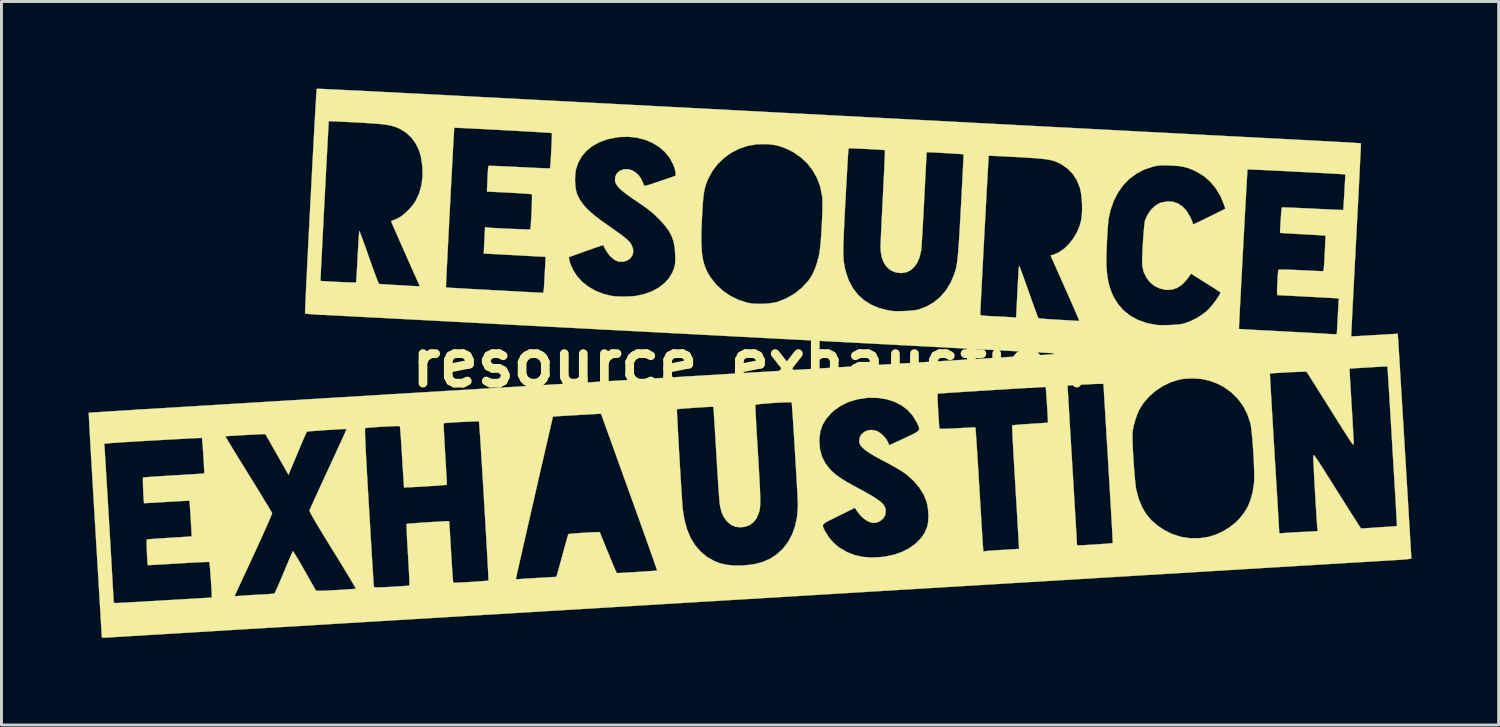
<source format=kicad_pcb>
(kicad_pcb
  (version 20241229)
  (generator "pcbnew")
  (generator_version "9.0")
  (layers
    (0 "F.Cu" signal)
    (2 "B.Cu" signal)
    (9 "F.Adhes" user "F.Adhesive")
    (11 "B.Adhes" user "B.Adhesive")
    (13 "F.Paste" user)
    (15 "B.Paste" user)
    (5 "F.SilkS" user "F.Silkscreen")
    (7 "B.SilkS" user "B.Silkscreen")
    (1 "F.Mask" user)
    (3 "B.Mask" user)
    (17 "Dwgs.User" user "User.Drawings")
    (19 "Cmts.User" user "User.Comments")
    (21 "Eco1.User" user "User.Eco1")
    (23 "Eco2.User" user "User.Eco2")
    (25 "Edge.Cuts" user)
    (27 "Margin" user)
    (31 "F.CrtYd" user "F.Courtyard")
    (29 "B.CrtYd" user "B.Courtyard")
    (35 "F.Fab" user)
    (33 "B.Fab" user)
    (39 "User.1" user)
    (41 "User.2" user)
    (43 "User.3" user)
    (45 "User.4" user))
  (footprint "resource_exhaustion"
    (layer "F.Cu")
    (at 22.753 9.444)
    (property "Reference" "resource_exhaustion" (at 0 0 0) (layer "F.SilkS") (effects (font (size 1.524 1.524) (thickness 0.3))))
    (attr through_hole)
    (fp_poly (pts (xy -14.85 -9.438) (xy -14.808 -9.437) (xy -14.75 -9.435) (xy -14.678 -9.432) (xy -14.59 -9.428) (xy -14.484 -9.423) (xy -14.36 -9.417) (xy -14.216 -9.41) (xy -14.052 -9.402) (xy -13.867 -9.393) (xy -13.66 -9.383) (xy -13.429 -9.372) (xy -13.174 -9.359) (xy -12.894 -9.344) (xy -12.587 -9.329) (xy -12.252 -9.312) (xy -11.89 -9.293) (xy -11.498 -9.273) (xy -11.075 -9.251) (xy -10.621 -9.228) (xy -10.134 -9.202) (xy -9.615 -9.175) (xy -9.06 -9.146) (xy -8.47 -9.116) (xy -7.844 -9.083) (xy -7.179 -9.048) (xy -6.477 -9.012) (xy -5.735 -8.973) (xy -4.952 -8.932) (xy -4.128 -8.889) (xy -3.261 -8.843) (xy -2.35 -8.796) (xy -1.395 -8.746) (xy -0.394 -8.693) (xy 0.654 -8.638) (xy 1.749 -8.581) (xy 2.893 -8.521) (xy 4.086 -8.458) (xy 4.102 -8.457) (xy 4.961 -8.412) (xy 5.771 -8.37) (xy 6.535 -8.33) (xy 7.255 -8.292) (xy 7.934 -8.256) (xy 8.575 -8.223) (xy 9.178 -8.191) (xy 9.748 -8.161) (xy 10.285 -8.133) (xy 10.793 -8.106) (xy 11.274 -8.081) (xy 11.73 -8.057) (xy 12.163 -8.035) (xy 12.577 -8.013) (xy 12.973 -7.992) (xy 13.353 -7.972) (xy 13.72 -7.953) (xy 14.077 -7.935) (xy 14.425 -7.916) (xy 14.767 -7.898) (xy 15.106 -7.881) (xy 15.444 -7.863) (xy 15.782 -7.845) (xy 16.124 -7.828) (xy 16.472 -7.809) (xy 16.828 -7.791) (xy 17.183 -7.772) (xy 17.705 -7.745) (xy 18.178 -7.72) (xy 18.605 -7.698) (xy 18.988 -7.678) (xy 19.329 -7.66) (xy 19.631 -7.644) (xy 19.896 -7.63) (xy 20.127 -7.617) (xy 20.325 -7.606) (xy 20.493 -7.597) (xy 20.633 -7.589) (xy 20.747 -7.582) (xy 20.838 -7.576) (xy 20.908 -7.571) (xy 20.959 -7.567) (xy 20.994 -7.564) (xy 21.015 -7.562) (xy 21.024 -7.559) (xy 21.024 -7.559) (xy 21.024 -7.533) (xy 21.021 -7.459) (xy 21.016 -7.341) (xy 21.009 -7.181) (xy 20.999 -6.982) (xy 20.987 -6.747) (xy 20.974 -6.479) (xy 20.959 -6.182) (xy 20.943 -5.857) (xy 20.925 -5.509) (xy 20.905 -5.14) (xy 20.885 -4.753) (xy 20.864 -4.351) (xy 20.858 -4.239) (xy 20.837 -3.833) (xy 20.816 -3.442) (xy 20.797 -3.067) (xy 20.778 -2.713) (xy 20.761 -2.382) (xy 20.746 -2.077) (xy 20.731 -1.801) (xy 20.719 -1.557) (xy 20.709 -1.348) (xy 20.7 -1.177) (xy 20.694 -1.047) (xy 20.69 -0.961) (xy 20.689 -0.922) (xy 20.689 -0.92) (xy 20.714 -0.92) (xy 20.785 -0.923) (xy 20.893 -0.928) (xy 21.034 -0.936) (xy 21.202 -0.945) (xy 21.389 -0.957) (xy 21.491 -0.963) (xy 21.686 -0.975) (xy 21.864 -0.986) (xy 22.02 -0.995) (xy 22.145 -1.002) (xy 22.236 -1.006) (xy 22.285 -1.008) (xy 22.292 -1.008) (xy 22.294 -0.983) (xy 22.298 -0.91) (xy 22.306 -0.794) (xy 22.316 -0.636) (xy 22.328 -0.442) (xy 22.342 -0.213) (xy 22.358 0.046) (xy 22.375 0.332) (xy 22.394 0.642) (xy 22.414 0.972) (xy 22.435 1.32) (xy 22.457 1.682) (xy 22.48 2.054) (xy 22.503 2.432) (xy 22.526 2.815) (xy 22.549 3.198) (xy 22.572 3.578) (xy 22.594 3.952) (xy 22.616 4.316) (xy 22.637 4.667) (xy 22.657 5.001) (xy 22.676 5.316) (xy 22.694 5.608) (xy 22.709 5.873) (xy 22.723 6.108) (xy 22.735 6.31) (xy 22.745 6.475) (xy 22.752 6.601) (xy 22.757 6.683) (xy 22.759 6.718) (xy 22.759 6.719) (xy 22.734 6.73) (xy 22.662 6.742) (xy 22.546 6.754) (xy 22.389 6.767) (xy 22.219 6.777) (xy 22.089 6.785) (xy 21.916 6.795) (xy 21.706 6.808) (xy 21.466 6.822) (xy 21.203 6.838) (xy 20.924 6.855) (xy 20.637 6.872) (xy 20.347 6.889) (xy 20.218 6.897) (xy 19.896 6.916) (xy 19.544 6.938) (xy 19.175 6.96) (xy 18.799 6.982) (xy 18.429 7.005) (xy 18.076 7.026) (xy 17.751 7.045) (xy 17.488 7.061) (xy 17.212 7.078) (xy 16.929 7.095) (xy 16.648 7.112) (xy 16.377 7.128) (xy 16.125 7.143) (xy 15.9 7.157) (xy 15.711 7.168) (xy 15.596 7.175) (xy 15.426 7.186) (xy 15.216 7.199) (xy 14.975 7.213) (xy 14.715 7.229) (xy 14.444 7.245) (xy 14.174 7.261) (xy 13.914 7.277) (xy 13.906 7.277) (xy 13.647 7.292) (xy 13.376 7.309) (xy 13.105 7.325) (xy 12.843 7.341) (xy 12.6 7.355) (xy 12.387 7.368) (xy 12.215 7.378) (xy 12.211 7.379) (xy 11.987 7.392) (xy 11.732 7.408) (xy 11.465 7.424) (xy 11.206 7.439) (xy 10.975 7.453) (xy 10.947 7.455) (xy 10.721 7.468) (xy 10.464 7.484) (xy 10.195 7.5) (xy 9.935 7.516) (xy 9.704 7.53) (xy 9.677 7.531) (xy 9.045 7.569) (xy 8.433 7.606) (xy 7.852 7.641) (xy 7.31 7.674) (xy 7.15 7.683) (xy 6.977 7.694) (xy 6.764 7.706) (xy 6.521 7.721) (xy 6.258 7.737) (xy 5.985 7.753) (xy 5.714 7.77) (xy 5.453 7.785) (xy 5.448 7.785) (xy 5.19 7.801) (xy 4.921 7.817) (xy 4.652 7.833) (xy 4.394 7.849) (xy 4.155 7.863) (xy 3.946 7.876) (xy 3.778 7.886) (xy 3.772 7.886) (xy 3.559 7.899) (xy 3.314 7.914) (xy 3.054 7.929) (xy 2.798 7.945) (xy 2.563 7.959) (xy 2.502 7.962) (xy 2.295 7.975) (xy 2.078 7.988) (xy 1.865 8.001) (xy 1.669 8.013) (xy 1.503 8.023) (xy 1.435 8.027) (xy 1.338 8.033) (xy 1.196 8.042) (xy 1.015 8.053) (xy 0.799 8.066) (xy 0.555 8.08) (xy 0.288 8.097) (xy 0.004 8.114) (xy -0.291 8.131) (xy -0.593 8.149) (xy -0.673 8.154) (xy -0.992 8.173) (xy -1.318 8.193) (xy -1.644 8.212) (xy -1.964 8.231) (xy -2.269 8.25) (xy -2.553 8.267) (xy -2.808 8.282) (xy -3.027 8.295) (xy -3.2 8.306) (xy -3.289 8.311) (xy -3.426 8.32) (xy -3.609 8.331) (xy -3.837 8.344) (xy -4.108 8.361) (xy -4.419 8.379) (xy -4.769 8.4) (xy -5.155 8.424) (xy -5.575 8.449) (xy -6.028 8.476) (xy -6.511 8.505) (xy -7.022 8.536) (xy -7.559 8.568) (xy -8.121 8.602) (xy -8.704 8.637) (xy -9.308 8.673) (xy -9.93 8.71) (xy -10.567 8.749) (xy -11.219 8.788) (xy -11.882 8.827) (xy -12.555 8.868) (xy -12.916 8.889) (xy -13.587 8.93) (xy -14.246 8.969) (xy -14.892 9.008) (xy -15.522 9.046) (xy -16.134 9.083) (xy -16.728 9.118) (xy -17.3 9.152) (xy -17.849 9.185) (xy -18.372 9.217) (xy -18.87 9.247) (xy -19.338 9.275) (xy -19.776 9.301) (xy -20.181 9.326) (xy -20.552 9.348) (xy -20.887 9.368) (xy -21.183 9.386) (xy -21.44 9.402) (xy -21.655 9.415) (xy -21.826 9.425) (xy -21.951 9.433) (xy -22.029 9.437) (xy -22.054 9.439) (xy -22.167 9.446) (xy -22.24 9.447) (xy -22.28 9.443) (xy -22.297 9.43) (xy -22.301 9.409) (xy -22.301 9.408) (xy -22.303 9.377) (xy -22.307 9.299) (xy -22.314 9.176) (xy -22.324 9.01) (xy -22.336 8.805) (xy -22.35 8.563) (xy -22.367 8.287) (xy -22.385 7.981) (xy -22.405 7.646) (xy -22.426 7.286) (xy -22.449 6.903) (xy -22.473 6.5) (xy -22.499 6.081) (xy -22.525 5.647) (xy -22.531 5.541) (xy -22.557 5.105) (xy -22.582 4.682) (xy -22.606 4.277) (xy -22.629 3.891) (xy -22.65 3.527) (xy -22.67 3.188) (xy -22.688 2.877) (xy -22.693 2.772) (xy -22.217 2.772) (xy -22.207 2.891) (xy -22.204 2.943) (xy -22.197 3.04) (xy -22.189 3.179) (xy -22.178 3.354) (xy -22.165 3.561) (xy -22.151 3.797) (xy -22.135 4.058) (xy -22.118 4.338) (xy -22.1 4.635) (xy -22.082 4.943) (xy -22.063 5.259) (xy -22.044 5.579) (xy -22.025 5.897) (xy -22.007 6.211) (xy -21.989 6.516) (xy -21.972 6.808) (xy -21.956 7.082) (xy -21.941 7.334) (xy -21.928 7.561) (xy -21.917 7.758) (xy -21.907 7.921) (xy -21.901 8.046) (xy -21.896 8.129) (xy -21.895 8.164) (xy -21.891 8.225) (xy -21.87 8.25) (xy -21.817 8.256) (xy -21.812 8.256) (xy -21.773 8.255) (xy -21.687 8.251) (xy -21.56 8.244) (xy -21.396 8.235) (xy -21.199 8.224) (xy -20.975 8.212) (xy -20.727 8.197) (xy -20.46 8.182) (xy -20.179 8.165) (xy -20.123 8.162) (xy -18.517 8.067) (xy -18.518 7.977) (xy -18.52 7.899) (xy -18.525 7.79) (xy -18.533 7.658) (xy -18.542 7.513) (xy -18.553 7.363) (xy -18.563 7.217) (xy -18.574 7.084) (xy -18.584 6.972) (xy -18.592 6.89) (xy -18.598 6.847) (xy -18.599 6.843) (xy -18.627 6.842) (xy -18.7 6.843) (xy -18.813 6.847) (xy -18.96 6.854) (xy -19.137 6.863) (xy -19.337 6.874) (xy -19.556 6.887) (xy -19.662 6.893) (xy -19.888 6.907) (xy -20.097 6.919) (xy -20.284 6.93) (xy -20.444 6.939) (xy -20.572 6.946) (xy -20.663 6.951) (xy -20.71 6.952) (xy -20.716 6.952) (xy -20.722 6.922) (xy -20.729 6.852) (xy -20.736 6.752) (xy -20.743 6.633) (xy -20.748 6.504) (xy -20.753 6.375) (xy -20.756 6.258) (xy -20.757 6.161) (xy -20.755 6.095) (xy -20.751 6.07) (xy -20.721 6.065) (xy -20.647 6.058) (xy -20.534 6.049) (xy -20.391 6.038) (xy -20.222 6.027) (xy -20.035 6.015) (xy -19.973 6.012) (xy -19.783 6) (xy -19.609 5.989) (xy -19.46 5.98) (xy -19.339 5.971) (xy -19.255 5.965) (xy -19.213 5.96) (xy -19.21 5.959) (xy -19.209 5.933) (xy -19.212 5.865) (xy -19.216 5.763) (xy -19.223 5.636) (xy -19.232 5.492) (xy -19.241 5.34) (xy -19.25 5.189) (xy -19.26 5.046) (xy -19.268 4.921) (xy -19.276 4.822) (xy -19.282 4.757) (xy -19.285 4.735) (xy -19.311 4.735) (xy -19.381 4.738) (xy -19.49 4.743) (xy -19.631 4.751) (xy -19.797 4.76) (xy -19.984 4.771) (xy -20.065 4.776) (xy -20.257 4.788) (xy -20.433 4.798) (xy -20.585 4.807) (xy -20.707 4.813) (xy -20.794 4.817) (xy -20.838 4.819) (xy -20.843 4.819) (xy -20.85 4.788) (xy -20.857 4.717) (xy -20.864 4.617) (xy -20.87 4.497) (xy -20.876 4.368) (xy -20.881 4.24) (xy -20.884 4.122) (xy -20.885 4.026) (xy -20.884 3.961) (xy -20.88 3.937) (xy -20.85 3.933) (xy -20.775 3.926) (xy -20.66 3.917) (xy -20.511 3.906) (xy -20.333 3.894) (xy -20.132 3.882) (xy -19.912 3.868) (xy -19.819 3.863) (xy -19.595 3.85) (xy -19.388 3.838) (xy -19.201 3.826) (xy -19.042 3.816) (xy -18.916 3.808) (xy -18.827 3.802) (xy -18.781 3.798) (xy -18.776 3.797) (xy -18.774 3.77) (xy -18.776 3.702) (xy -18.781 3.599) (xy -18.788 3.472) (xy -18.796 3.328) (xy -18.806 3.176) (xy -18.816 3.025) (xy -18.826 2.883) (xy -18.835 2.758) (xy -18.844 2.659) (xy -18.85 2.596) (xy -18.854 2.575) (xy -18.881 2.575) (xy -18.953 2.577) (xy -19.065 2.582) (xy -19.212 2.589) (xy -19.389 2.598) (xy -19.591 2.609) (xy -19.812 2.621) (xy -20.048 2.634) (xy -20.293 2.648) (xy -20.541 2.662) (xy -20.788 2.676) (xy -21.029 2.69) (xy -21.258 2.704) (xy -21.47 2.717) (xy -21.659 2.729) (xy -21.822 2.74) (xy -21.952 2.749) (xy -22.044 2.756) (xy -22.062 2.758) (xy -22.217 2.772) (xy -22.693 2.772) (xy -22.703 2.597) (xy -22.708 2.521) (xy -18.049 2.521) (xy -18.037 2.543) (xy -18.001 2.605) (xy -17.942 2.702) (xy -17.864 2.831) (xy -17.768 2.988) (xy -17.656 3.17) (xy -17.532 3.372) (xy -17.397 3.591) (xy -17.254 3.823) (xy -17.11 4.056) (xy -16.973 4.278) (xy -16.847 4.483) (xy -16.734 4.669) (xy -16.636 4.83) (xy -16.555 4.964) (xy -16.494 5.067) (xy -16.455 5.134) (xy -16.44 5.161) (xy -16.449 5.192) (xy -16.477 5.264) (xy -16.523 5.373) (xy -16.585 5.517) (xy -16.661 5.69) (xy -16.75 5.888) (xy -16.849 6.107) (xy -16.957 6.343) (xy -17.068 6.584) (xy -17.184 6.832) (xy -17.293 7.068) (xy -17.394 7.286) (xy -17.485 7.482) (xy -17.564 7.653) (xy -17.629 7.794) (xy -17.679 7.901) (xy -17.71 7.971) (xy -17.723 7.998) (xy -17.721 8.02) (xy -17.682 8.021) (xy -17.663 8.018) (xy -17.617 8.013) (xy -17.529 8.006) (xy -17.406 7.997) (xy -17.257 7.988) (xy -17.09 7.978) (xy -16.988 7.973) (xy -16.817 7.964) (xy -16.663 7.954) (xy -16.533 7.945) (xy -16.435 7.937) (xy -16.375 7.93) (xy -16.36 7.926) (xy -16.344 7.9) (xy -16.312 7.832) (xy -16.265 7.729) (xy -16.207 7.597) (xy -16.141 7.441) (xy -16.067 7.268) (xy -16.039 7.2) (xy -15.965 7.022) (xy -15.896 6.859) (xy -15.836 6.717) (xy -15.786 6.602) (xy -15.75 6.52) (xy -15.73 6.477) (xy -15.727 6.472) (xy -15.71 6.488) (xy -15.673 6.544) (xy -15.617 6.634) (xy -15.545 6.753) (xy -15.462 6.895) (xy -15.369 7.056) (xy -15.329 7.128) (xy -15.233 7.297) (xy -15.145 7.452) (xy -15.069 7.587) (xy -15.006 7.698) (xy -14.961 7.778) (xy -14.936 7.821) (xy -14.933 7.827) (xy -14.902 7.833) (xy -14.823 7.836) (xy -14.696 7.833) (xy -14.523 7.826) (xy -14.306 7.814) (xy -14.247 7.811) (xy -14.067 7.8) (xy -13.904 7.789) (xy -13.765 7.78) (xy -13.656 7.773) (xy -13.584 7.767) (xy -13.557 7.765) (xy -13.567 7.743) (xy -13.601 7.681) (xy -13.657 7.584) (xy -13.734 7.455) (xy -13.828 7.298) (xy -13.938 7.116) (xy -14.062 6.913) (xy -14.197 6.693) (xy -14.341 6.46) (xy -14.352 6.441) (xy -14.535 6.145) (xy -14.691 5.89) (xy -14.822 5.673) (xy -14.93 5.493) (xy -15.015 5.348) (xy -15.079 5.235) (xy -15.122 5.153) (xy -15.147 5.099) (xy -15.154 5.071) (xy -15.154 5.069) (xy -15.141 5.037) (xy -15.108 4.963) (xy -15.058 4.852) (xy -14.993 4.707) (xy -14.913 4.532) (xy -14.822 4.333) (xy -14.721 4.113) (xy -14.612 3.876) (xy -14.505 3.646) (xy -14.391 3.399) (xy -14.284 3.166) (xy -14.185 2.952) (xy -14.097 2.759) (xy -14.021 2.593) (xy -13.959 2.457) (xy -13.918 2.364) (xy -13.244 2.364) (xy -13.242 2.463) (xy -13.237 2.594) (xy -13.23 2.759) (xy -13.221 2.961) (xy -13.208 3.201) (xy -13.193 3.481) (xy -13.175 3.805) (xy -13.154 4.173) (xy -13.13 4.588) (xy -13.108 4.957) (xy -13.086 5.323) (xy -13.065 5.676) (xy -13.045 6.01) (xy -13.026 6.324) (xy -13.009 6.614) (xy -12.993 6.877) (xy -12.978 7.109) (xy -12.966 7.307) (xy -12.955 7.467) (xy -12.947 7.587) (xy -12.942 7.662) (xy -12.939 7.69) (xy -12.929 7.703) (xy -12.903 7.712) (xy -12.857 7.717) (xy -12.785 7.718) (xy -12.681 7.715) (xy -12.542 7.709) (xy -12.361 7.699) (xy -12.179 7.687) (xy -11.722 7.658) (xy -11.716 7.569) (xy -11.716 7.524) (xy -11.719 7.435) (xy -11.725 7.307) (xy -11.733 7.147) (xy -11.743 6.961) (xy -11.755 6.756) (xy -11.768 6.537) (xy -11.769 6.515) (xy -11.782 6.299) (xy -11.794 6.099) (xy -11.803 5.92) (xy -11.81 5.769) (xy -11.814 5.651) (xy -11.816 5.571) (xy -11.815 5.536) (xy -11.814 5.534) (xy -11.786 5.53) (xy -11.716 5.522) (xy -11.611 5.514) (xy -11.478 5.504) (xy -11.327 5.493) (xy -11.163 5.482) (xy -10.996 5.471) (xy -10.833 5.462) (xy -10.682 5.453) (xy -10.55 5.446) (xy -10.446 5.441) (xy -10.377 5.44) (xy -10.35 5.441) (xy -10.348 5.467) (xy -10.342 5.539) (xy -10.335 5.65) (xy -10.325 5.796) (xy -10.314 5.972) (xy -10.302 6.172) (xy -10.289 6.39) (xy -10.283 6.495) (xy -10.269 6.721) (xy -10.256 6.93) (xy -10.244 7.118) (xy -10.232 7.279) (xy -10.223 7.408) (xy -10.215 7.5) (xy -10.21 7.549) (xy -10.208 7.555) (xy -10.18 7.557) (xy -10.11 7.556) (xy -10.007 7.552) (xy -9.879 7.546) (xy -9.735 7.538) (xy -9.583 7.529) (xy -9.432 7.519) (xy -9.291 7.509) (xy -9.168 7.499) (xy -9.072 7.491) (xy -9.012 7.484) (xy -8.995 7.48) (xy -8.995 7.453) (xy -8.996 7.422) (xy -8.052 7.422) (xy -8.029 7.436) (xy -7.967 7.436) (xy -7.944 7.434) (xy -7.887 7.428) (xy -7.789 7.421) (xy -7.658 7.412) (xy -7.503 7.403) (xy -7.333 7.393) (xy -7.252 7.389) (xy -7.085 7.38) (xy -6.936 7.371) (xy -6.812 7.364) (xy -6.721 7.358) (xy -6.669 7.353) (xy -6.659 7.352) (xy -6.651 7.327) (xy -6.631 7.259) (xy -6.601 7.154) (xy -6.563 7.018) (xy -6.519 6.858) (xy -6.47 6.679) (xy -6.454 6.619) (xy -6.404 6.435) (xy -6.358 6.268) (xy -6.317 6.123) (xy -6.284 6.007) (xy -6.26 5.926) (xy -6.248 5.886) (xy -6.246 5.883) (xy -6.218 5.878) (xy -6.15 5.871) (xy -6.049 5.862) (xy -5.927 5.853) (xy -5.792 5.843) (xy -5.654 5.834) (xy -5.522 5.827) (xy -5.407 5.821) (xy -5.318 5.817) (xy -5.281 5.817) (xy -5.166 5.817) (xy -4.916 6.433) (xy -4.846 6.603) (xy -4.78 6.763) (xy -4.722 6.904) (xy -4.673 7.019) (xy -4.638 7.101) (xy -4.621 7.138) (xy -4.577 7.227) (xy -3.889 7.187) (xy -3.707 7.175) (xy -3.543 7.165) (xy -3.403 7.155) (xy -3.293 7.146) (xy -3.221 7.14) (xy -3.192 7.135) (xy -3.192 7.135) (xy -3.199 7.11) (xy -3.223 7.041) (xy -3.262 6.93) (xy -3.314 6.78) (xy -3.38 6.594) (xy -3.457 6.376) (xy -3.546 6.128) (xy -3.644 5.853) (xy -3.75 5.555) (xy -3.864 5.237) (xy -3.985 4.901) (xy -4.111 4.55) (xy -4.154 4.432) (xy -5.123 1.74) (xy -5.21 1.745) (xy -5.257 1.748) (xy -5.347 1.754) (xy -5.474 1.761) (xy -5.629 1.77) (xy -5.806 1.78) (xy -5.997 1.791) (xy -6.032 1.793) (xy -6.22 1.804) (xy -6.391 1.814) (xy -6.538 1.823) (xy -6.655 1.831) (xy -6.735 1.837) (xy -6.773 1.84) (xy -6.775 1.84) (xy -6.782 1.865) (xy -6.798 1.936) (xy -6.825 2.048) (xy -6.86 2.199) (xy -6.903 2.384) (xy -6.952 2.599) (xy -7.008 2.841) (xy -7.069 3.106) (xy -7.134 3.39) (xy -7.203 3.689) (xy -7.274 3.999) (xy -7.347 4.317) (xy -7.42 4.639) (xy -7.494 4.96) (xy -7.566 5.278) (xy -7.637 5.588) (xy -7.705 5.886) (xy -7.77 6.169) (xy -7.83 6.433) (xy -7.884 6.674) (xy -7.933 6.888) (xy -7.974 7.071) (xy -8.008 7.22) (xy -8.032 7.331) (xy -8.047 7.4) (xy -8.052 7.422) (xy -8.996 7.422) (xy -8.998 7.38) (xy -9.003 7.264) (xy -9.011 7.11) (xy -9.021 6.921) (xy -9.033 6.701) (xy -9.047 6.454) (xy -9.062 6.185) (xy -9.079 5.897) (xy -9.096 5.594) (xy -9.115 5.28) (xy -9.134 4.96) (xy -9.153 4.638) (xy -9.172 4.316) (xy -9.191 4) (xy -9.21 3.693) (xy -9.228 3.4) (xy -9.245 3.124) (xy -9.261 2.869) (xy -9.276 2.639) (xy -9.289 2.439) (xy -9.301 2.272) (xy -9.31 2.143) (xy -9.317 2.055) (xy -9.321 2.012) (xy -9.322 2.008) (xy -9.349 2.005) (xy -9.418 2.005) (xy -9.52 2.008) (xy -9.648 2.013) (xy -9.792 2.019) (xy -9.944 2.027) (xy -10.095 2.035) (xy -10.236 2.044) (xy -10.36 2.052) (xy -10.457 2.06) (xy -10.52 2.067) (xy -10.538 2.072) (xy -10.539 2.098) (xy -10.537 2.17) (xy -10.532 2.282) (xy -10.524 2.429) (xy -10.515 2.605) (xy -10.504 2.805) (xy -10.491 3.023) (xy -10.485 3.13) (xy -10.471 3.355) (xy -10.459 3.564) (xy -10.449 3.752) (xy -10.44 3.913) (xy -10.433 4.041) (xy -10.429 4.132) (xy -10.428 4.18) (xy -10.428 4.187) (xy -10.454 4.191) (xy -10.523 4.197) (xy -10.627 4.205) (xy -10.757 4.215) (xy -10.906 4.225) (xy -11.066 4.235) (xy -11.229 4.246) (xy -11.386 4.255) (xy -11.531 4.263) (xy -11.654 4.269) (xy -11.697 4.271) (xy -11.9 4.28) (xy -11.908 4.178) (xy -11.911 4.13) (xy -11.917 4.038) (xy -11.926 3.907) (xy -11.936 3.745) (xy -11.947 3.558) (xy -11.96 3.352) (xy -11.973 3.133) (xy -11.973 3.131) (xy -11.986 2.917) (xy -11.999 2.719) (xy -12.011 2.543) (xy -12.022 2.395) (xy -12.032 2.279) (xy -12.039 2.203) (xy -12.044 2.171) (xy -12.045 2.171) (xy -12.074 2.167) (xy -12.145 2.167) (xy -12.249 2.17) (xy -12.378 2.175) (xy -12.522 2.182) (xy -12.673 2.19) (xy -12.823 2.199) (xy -12.961 2.209) (xy -13.081 2.218) (xy -13.172 2.227) (xy -13.227 2.235) (xy -13.238 2.238) (xy -13.242 2.253) (xy -13.244 2.294) (xy -13.244 2.364) (xy -13.918 2.364) (xy -13.913 2.354) (xy -13.886 2.291) (xy -13.877 2.269) (xy -13.904 2.267) (xy -13.974 2.269) (xy -14.078 2.274) (xy -14.209 2.281) (xy -14.358 2.29) (xy -14.517 2.3) (xy -14.679 2.311) (xy -14.834 2.322) (xy -14.976 2.333) (xy -15.095 2.342) (xy -15.185 2.35) (xy -15.236 2.357) (xy -15.245 2.359) (xy -15.259 2.387) (xy -15.291 2.458) (xy -15.34 2.57) (xy -15.404 2.719) (xy -15.482 2.903) (xy -15.573 3.117) (xy -15.674 3.36) (xy -15.786 3.627) (xy -15.835 3.745) (xy -15.876 3.844) (xy -16.27 3.149) (xy -16.367 2.978) (xy -16.456 2.822) (xy -16.533 2.686) (xy -16.597 2.575) (xy -16.643 2.495) (xy -16.67 2.451) (xy -16.674 2.444) (xy -16.701 2.443) (xy -16.77 2.445) (xy -16.874 2.449) (xy -17.004 2.455) (xy -17.153 2.462) (xy -17.312 2.471) (xy -17.474 2.48) (xy -17.63 2.489) (xy -17.773 2.498) (xy -17.894 2.506) (xy -17.985 2.513) (xy -18.038 2.519) (xy -18.049 2.521) (xy -22.708 2.521) (xy -22.717 2.349) (xy -22.729 2.138) (xy -22.738 1.966) (xy -22.744 1.836) (xy -22.748 1.749) (xy -22.748 1.711) (xy -22.748 1.709) (xy -22.722 1.706) (xy -22.647 1.701) (xy -22.524 1.693) (xy -22.354 1.682) (xy -22.138 1.669) (xy -21.879 1.652) (xy -21.576 1.634) (xy -21.255 1.614) (xy -2.511 1.614) (xy -2.509 1.686) (xy -2.504 1.8) (xy -2.497 1.948) (xy -2.488 2.128) (xy -2.477 2.333) (xy -2.465 2.558) (xy -2.451 2.799) (xy -2.437 3.05) (xy -2.422 3.307) (xy -2.407 3.564) (xy -2.391 3.816) (xy -2.377 4.059) (xy -2.362 4.287) (xy -2.349 4.495) (xy -2.337 4.678) (xy -2.326 4.832) (xy -2.317 4.951) (xy -2.31 5.029) (xy -2.254 5.392) (xy -2.163 5.72) (xy -2.039 6.014) (xy -1.881 6.271) (xy -1.692 6.49) (xy -1.471 6.671) (xy -1.219 6.813) (xy -1.066 6.874) (xy -0.833 6.934) (xy -0.568 6.965) (xy -0.277 6.966) (xy 0.029 6.937) (xy 0.151 6.918) (xy 0.441 6.843) (xy 0.704 6.726) (xy 0.939 6.569) (xy 1.144 6.376) (xy 1.316 6.148) (xy 1.455 5.888) (xy 1.558 5.598) (xy 1.624 5.281) (xy 1.65 4.939) (xy 1.651 4.881) (xy 1.649 4.819) (xy 1.645 4.715) (xy 1.638 4.574) (xy 1.629 4.401) (xy 1.618 4.202) (xy 1.606 3.98) (xy 1.592 3.741) (xy 1.577 3.49) (xy 1.562 3.232) (xy 1.546 2.972) (xy 1.53 2.714) (xy 1.529 2.687) (xy 2.388 2.687) (xy 2.411 2.961) (xy 2.478 3.21) (xy 2.59 3.437) (xy 2.746 3.642) (xy 2.855 3.751) (xy 2.981 3.856) (xy 3.132 3.963) (xy 3.314 4.076) (xy 3.533 4.201) (xy 3.632 4.254) (xy 3.881 4.388) (xy 4.088 4.504) (xy 4.257 4.603) (xy 4.39 4.691) (xy 4.493 4.768) (xy 4.569 4.839) (xy 4.621 4.907) (xy 4.653 4.974) (xy 4.67 5.044) (xy 4.674 5.11) (xy 4.65 5.241) (xy 4.583 5.352) (xy 4.479 5.437) (xy 4.343 5.491) (xy 4.312 5.497) (xy 4.198 5.493) (xy 4.073 5.449) (xy 3.944 5.368) (xy 3.819 5.257) (xy 3.707 5.122) (xy 3.683 5.087) (xy 3.613 4.979) (xy 3.05 5.258) (xy 2.871 5.346) (xy 2.734 5.414) (xy 2.633 5.468) (xy 2.565 5.512) (xy 2.525 5.551) (xy 2.51 5.59) (xy 2.515 5.633) (xy 2.537 5.685) (xy 2.571 5.751) (xy 2.593 5.795) (xy 2.713 5.989) (xy 2.868 6.171) (xy 3.043 6.324) (xy 3.091 6.357) (xy 3.339 6.5) (xy 3.595 6.602) (xy 3.865 6.665) (xy 4.154 6.69) (xy 4.47 6.677) (xy 4.686 6.65) (xy 4.975 6.588) (xy 5.243 6.492) (xy 5.484 6.368) (xy 5.694 6.218) (xy 5.87 6.044) (xy 6.005 5.852) (xy 6.097 5.643) (xy 6.109 5.602) (xy 6.135 5.45) (xy 6.144 5.27) (xy 6.134 5.078) (xy 6.109 4.892) (xy 6.073 4.75) (xy 5.973 4.512) (xy 5.827 4.28) (xy 5.641 4.059) (xy 5.417 3.856) (xy 5.314 3.777) (xy 5.225 3.718) (xy 5.101 3.643) (xy 4.956 3.558) (xy 4.799 3.472) (xy 4.656 3.396) (xy 4.415 3.269) (xy 4.218 3.157) (xy 4.061 3.059) (xy 3.941 2.97) (xy 3.855 2.889) (xy 3.798 2.812) (xy 3.767 2.737) (xy 3.759 2.671) (xy 3.782 2.548) (xy 3.844 2.445) (xy 3.937 2.366) (xy 4.053 2.316) (xy 4.183 2.299) (xy 4.318 2.319) (xy 4.408 2.355) (xy 4.509 2.423) (xy 4.609 2.517) (xy 4.694 2.621) (xy 4.749 2.719) (xy 4.752 2.727) (xy 4.777 2.786) (xy 4.797 2.818) (xy 4.801 2.819) (xy 4.828 2.809) (xy 4.893 2.78) (xy 4.991 2.736) (xy 5.115 2.679) (xy 5.257 2.612) (xy 5.323 2.581) (xy 5.497 2.5) (xy 5.63 2.435) (xy 5.725 2.383) (xy 5.786 2.337) (xy 5.818 2.292) (xy 5.823 2.241) (xy 5.807 2.181) (xy 5.773 2.105) (xy 5.726 2.011) (xy 5.59 1.791) (xy 5.416 1.603) (xy 5.209 1.448) (xy 4.97 1.328) (xy 4.705 1.244) (xy 4.417 1.198) (xy 4.109 1.191) (xy 4.009 1.198) (xy 3.69 1.247) (xy 3.394 1.338) (xy 3.126 1.468) (xy 2.888 1.638) (xy 2.792 1.726) (xy 2.623 1.92) (xy 2.502 2.122) (xy 2.426 2.34) (xy 2.391 2.58) (xy 2.388 2.687) (xy 1.529 2.687) (xy 1.515 2.465) (xy 1.5 2.229) (xy 1.486 2.01) (xy 1.473 1.815) (xy 1.461 1.647) (xy 1.451 1.513) (xy 1.444 1.416) (xy 1.438 1.362) (xy 1.436 1.352) (xy 1.406 1.347) (xy 1.334 1.346) (xy 1.228 1.349) (xy 1.098 1.355) (xy 0.952 1.363) (xy 0.798 1.372) (xy 0.645 1.383) (xy 0.501 1.395) (xy 0.375 1.406) (xy 0.275 1.418) (xy 0.209 1.428) (xy 0.187 1.435) (xy 0.186 1.465) (xy 0.189 1.542) (xy 0.194 1.66) (xy 0.202 1.815) (xy 0.211 2.003) (xy 0.223 2.218) (xy 0.237 2.458) (xy 0.252 2.717) (xy 0.268 2.974) (xy 0.29 3.337) (xy 0.309 3.652) (xy 0.324 3.925) (xy 0.337 4.158) (xy 0.346 4.356) (xy 0.352 4.522) (xy 0.356 4.66) (xy 0.356 4.775) (xy 0.354 4.869) (xy 0.349 4.946) (xy 0.342 5.011) (xy 0.332 5.067) (xy 0.319 5.119) (xy 0.307 5.159) (xy 0.228 5.339) (xy 0.119 5.479) (xy -0.019 5.579) (xy -0.184 5.635) (xy -0.343 5.649) (xy -0.501 5.629) (xy -0.639 5.57) (xy -0.767 5.466) (xy -0.809 5.421) (xy -0.904 5.288) (xy -0.974 5.131) (xy -1.022 4.939) (xy -1.04 4.822) (xy -1.047 4.759) (xy -1.055 4.649) (xy -1.067 4.5) (xy -1.079 4.315) (xy -1.094 4.1) (xy -1.109 3.861) (xy -1.126 3.601) (xy -1.142 3.328) (xy -1.158 3.061) (xy -1.175 2.785) (xy -1.19 2.525) (xy -1.205 2.285) (xy -1.218 2.069) (xy -1.23 1.881) (xy -1.24 1.727) (xy -1.248 1.609) (xy -1.254 1.533) (xy -1.257 1.504) (xy -1.257 1.503) (xy -1.284 1.502) (xy -1.353 1.504) (xy -1.456 1.509) (xy -1.584 1.516) (xy -1.73 1.525) (xy -1.883 1.535) (xy -2.037 1.546) (xy -2.182 1.556) (xy -2.31 1.566) (xy -2.413 1.575) (xy -2.483 1.582) (xy -2.51 1.587) (xy -2.511 1.614) (xy -21.255 1.614) (xy -21.233 1.612) (xy -20.849 1.589) (xy -20.426 1.563) (xy -19.966 1.535) (xy -19.47 1.504) (xy -18.938 1.472) (xy -18.374 1.438) (xy -17.777 1.401) (xy -17.149 1.363) (xy -16.492 1.323) (xy -15.806 1.282) (xy -15.094 1.238) (xy -14.356 1.194) (xy -13.593 1.148) (xy -12.808 1.1) (xy -12.48 1.08) (xy 6.455 1.08) (xy 6.456 1.15) (xy 6.459 1.254) (xy 6.465 1.382) (xy 6.472 1.526) (xy 6.48 1.677) (xy 6.489 1.827) (xy 6.499 1.967) (xy 6.507 2.089) (xy 6.515 2.183) (xy 6.522 2.241) (xy 6.526 2.256) (xy 6.555 2.261) (xy 6.628 2.262) (xy 6.739 2.26) (xy 6.882 2.255) (xy 7.051 2.247) (xy 7.145 2.241) (xy 7.315 2.231) (xy 7.467 2.223) (xy 7.595 2.217) (xy 7.69 2.214) (xy 7.747 2.213) (xy 7.76 2.214) (xy 7.763 2.241) (xy 7.769 2.314) (xy 7.777 2.43) (xy 7.788 2.585) (xy 7.8 2.775) (xy 7.815 2.996) (xy 7.83 3.244) (xy 7.847 3.515) (xy 7.865 3.806) (xy 7.883 4.112) (xy 7.885 4.141) (xy 7.904 4.455) (xy 7.922 4.758) (xy 7.94 5.046) (xy 7.956 5.314) (xy 7.971 5.559) (xy 7.985 5.776) (xy 7.996 5.96) (xy 8.005 6.106) (xy 8.012 6.211) (xy 8.016 6.269) (xy 8.033 6.479) (xy 8.137 6.466) (xy 8.195 6.46) (xy 8.294 6.453) (xy 8.424 6.444) (xy 8.575 6.434) (xy 8.737 6.425) (xy 8.75 6.424) (xy 8.905 6.415) (xy 9.041 6.407) (xy 9.15 6.4) (xy 9.226 6.395) (xy 9.26 6.392) (xy 9.262 6.392) (xy 9.261 6.367) (xy 9.257 6.294) (xy 9.25 6.179) (xy 9.241 6.024) (xy 9.23 5.833) (xy 9.217 5.61) (xy 9.202 5.358) (xy 9.186 5.082) (xy 9.168 4.786) (xy 9.149 4.472) (xy 9.137 4.273) (xy 9.118 3.95) (xy 9.1 3.642) (xy 9.083 3.352) (xy 9.068 3.084) (xy 9.055 2.842) (xy 9.044 2.63) (xy 9.035 2.452) (xy 9.028 2.31) (xy 9.025 2.21) (xy 9.024 2.154) (xy 9.024 2.143) (xy 9.053 2.138) (xy 9.125 2.13) (xy 9.233 2.12) (xy 9.37 2.109) (xy 9.53 2.098) (xy 9.644 2.091) (xy 9.813 2.08) (xy 9.965 2.07) (xy 10.092 2.061) (xy 10.187 2.054) (xy 10.243 2.049) (xy 10.255 2.047) (xy 10.255 2.022) (xy 10.252 1.954) (xy 10.247 1.852) (xy 10.24 1.725) (xy 10.232 1.582) (xy 10.222 1.43) (xy 10.213 1.278) (xy 10.203 1.136) (xy 10.195 1.01) (xy 10.187 0.911) (xy 10.182 0.845) (xy 10.179 0.823) (xy 10.153 0.823) (xy 10.081 0.826) (xy 9.968 0.832) (xy 9.819 0.84) (xy 9.638 0.85) (xy 9.431 0.862) (xy 9.203 0.875) (xy 8.958 0.89) (xy 8.701 0.906) (xy 8.437 0.922) (xy 8.171 0.938) (xy 7.907 0.954) (xy 7.652 0.971) (xy 7.408 0.986) (xy 7.182 1.001) (xy 6.978 1.014) (xy 6.8 1.026) (xy 6.655 1.036) (xy 6.546 1.044) (xy 6.479 1.05) (xy 6.458 1.052) (xy 6.455 1.08) (xy -12.48 1.08) (xy -12.001 1.051) (xy -11.174 1.001) (xy -10.328 0.95) (xy -9.464 0.898) (xy -8.584 0.845) (xy -7.689 0.791) (xy -7.362 0.772) (xy 10.931 0.772) (xy 10.931 0.797) (xy 10.935 0.87) (xy 10.942 0.986) (xy 10.951 1.144) (xy 10.962 1.339) (xy 10.976 1.568) (xy 10.991 1.828) (xy 11.008 2.115) (xy 11.027 2.427) (xy 11.047 2.76) (xy 11.068 3.11) (xy 11.089 3.454) (xy 11.111 3.82) (xy 11.132 4.172) (xy 11.152 4.508) (xy 11.171 4.823) (xy 11.188 5.114) (xy 11.204 5.379) (xy 11.218 5.613) (xy 11.23 5.812) (xy 11.239 5.975) (xy 11.246 6.097) (xy 11.25 6.175) (xy 11.252 6.204) (xy 11.251 6.227) (xy 11.252 6.245) (xy 11.26 6.258) (xy 11.281 6.266) (xy 11.321 6.27) (xy 11.384 6.269) (xy 11.478 6.265) (xy 11.608 6.257) (xy 11.778 6.246) (xy 11.922 6.237) (xy 12.084 6.226) (xy 12.228 6.216) (xy 12.347 6.206) (xy 12.434 6.199) (xy 12.48 6.193) (xy 12.486 6.192) (xy 12.485 6.166) (xy 12.482 6.092) (xy 12.476 5.975) (xy 12.468 5.816) (xy 12.457 5.62) (xy 12.444 5.39) (xy 12.429 5.129) (xy 12.412 4.84) (xy 12.394 4.527) (xy 12.374 4.193) (xy 12.353 3.841) (xy 12.331 3.475) (xy 12.331 3.466) (xy 12.309 3.099) (xy 12.287 2.746) (xy 12.27 2.459) (xy 13.163 2.459) (xy 13.164 2.59) (xy 13.168 2.754) (xy 13.176 2.944) (xy 13.187 3.151) (xy 13.2 3.367) (xy 13.215 3.582) (xy 13.231 3.79) (xy 13.248 3.981) (xy 13.265 4.147) (xy 13.282 4.28) (xy 13.296 4.364) (xy 13.381 4.678) (xy 13.493 4.953) (xy 13.637 5.194) (xy 13.816 5.407) (xy 14.034 5.596) (xy 14.252 5.742) (xy 14.537 5.884) (xy 14.838 5.979) (xy 15.152 6.026) (xy 15.474 6.025) (xy 15.786 5.978) (xy 16.028 5.903) (xy 16.274 5.79) (xy 16.509 5.645) (xy 16.719 5.479) (xy 16.823 5.376) (xy 16.992 5.169) (xy 17.125 4.95) (xy 17.225 4.712) (xy 17.298 4.445) (xy 17.345 4.141) (xy 17.347 4.119) (xy 17.353 4.015) (xy 17.354 3.87) (xy 17.351 3.693) (xy 17.344 3.493) (xy 17.334 3.277) (xy 17.321 3.054) (xy 17.306 2.834) (xy 17.289 2.623) (xy 17.271 2.432) (xy 17.253 2.268) (xy 17.235 2.139) (xy 17.221 2.07) (xy 17.118 1.762) (xy 16.974 1.48) (xy 16.788 1.228) (xy 16.565 1.007) (xy 16.304 0.821) (xy 16.095 0.71) (xy 15.825 0.609) (xy 15.533 0.546) (xy 15.232 0.523) (xy 14.934 0.54) (xy 14.77 0.569) (xy 14.483 0.657) (xy 14.209 0.789) (xy 13.955 0.957) (xy 13.728 1.157) (xy 13.535 1.383) (xy 13.401 1.598) (xy 13.328 1.761) (xy 13.261 1.953) (xy 13.206 2.151) (xy 13.172 2.333) (xy 13.168 2.37) (xy 13.163 2.459) (xy 12.27 2.459) (xy 12.267 2.41) (xy 12.248 2.096) (xy 12.231 1.805) (xy 12.215 1.542) (xy 12.201 1.309) (xy 12.189 1.111) (xy 12.18 0.95) (xy 12.173 0.829) (xy 12.168 0.753) (xy 12.167 0.724) (xy 12.167 0.724) (xy 12.142 0.716) (xy 12.067 0.713) (xy 11.943 0.715) (xy 11.772 0.722) (xy 11.554 0.733) (xy 11.551 0.734) (xy 11.38 0.743) (xy 11.227 0.753) (xy 11.098 0.76) (xy 11.002 0.766) (xy 10.944 0.77) (xy 10.931 0.772) (xy -7.362 0.772) (xy -6.78 0.737) (xy -5.997 0.69) (xy -5.078 0.634) (xy -4.171 0.58) (xy -3.279 0.526) (xy -2.401 0.473) (xy -1.54 0.422) (xy -0.697 0.371) (xy -0.545 0.362) (xy 17.893 0.362) (xy 17.893 0.387) (xy 17.897 0.46) (xy 17.903 0.578) (xy 17.912 0.736) (xy 17.923 0.931) (xy 17.936 1.161) (xy 17.951 1.421) (xy 17.968 1.709) (xy 17.987 2.021) (xy 18.006 2.354) (xy 18.027 2.705) (xy 18.048 3.048) (xy 18.07 3.414) (xy 18.092 3.766) (xy 18.112 4.101) (xy 18.131 4.417) (xy 18.148 4.708) (xy 18.164 4.973) (xy 18.177 5.207) (xy 18.189 5.407) (xy 18.199 5.57) (xy 18.206 5.692) (xy 18.21 5.77) (xy 18.211 5.799) (xy 18.219 5.85) (xy 18.245 5.861) (xy 18.256 5.859) (xy 18.293 5.854) (xy 18.373 5.847) (xy 18.489 5.839) (xy 18.633 5.83) (xy 18.797 5.821) (xy 18.918 5.814) (xy 19.536 5.782) (xy 19.521 5.628) (xy 19.514 5.542) (xy 19.505 5.418) (xy 19.495 5.263) (xy 19.484 5.082) (xy 19.471 4.881) (xy 19.459 4.668) (xy 19.446 4.447) (xy 19.434 4.226) (xy 19.422 4.011) (xy 19.411 3.808) (xy 19.402 3.624) (xy 19.394 3.464) (xy 19.389 3.334) (xy 19.385 3.242) (xy 19.385 3.193) (xy 19.385 3.19) (xy 19.388 3.174) (xy 19.396 3.169) (xy 19.411 3.177) (xy 19.434 3.201) (xy 19.467 3.245) (xy 19.513 3.31) (xy 19.574 3.401) (xy 19.65 3.519) (xy 19.746 3.668) (xy 19.861 3.85) (xy 20 4.07) (xy 20.162 4.328) (xy 20.204 4.396) (xy 20.35 4.627) (xy 20.487 4.846) (xy 20.615 5.047) (xy 20.729 5.228) (xy 20.829 5.384) (xy 20.911 5.512) (xy 20.974 5.608) (xy 21.014 5.668) (xy 21.03 5.689) (xy 21.03 5.689) (xy 21.074 5.687) (xy 21.158 5.683) (xy 21.271 5.676) (xy 21.406 5.667) (xy 21.555 5.657) (xy 21.708 5.647) (xy 21.858 5.637) (xy 21.996 5.628) (xy 22.114 5.619) (xy 22.203 5.613) (xy 22.255 5.608) (xy 22.265 5.607) (xy 22.264 5.581) (xy 22.26 5.509) (xy 22.254 5.394) (xy 22.245 5.241) (xy 22.235 5.052) (xy 22.222 4.833) (xy 22.208 4.587) (xy 22.192 4.319) (xy 22.175 4.031) (xy 22.157 3.729) (xy 22.138 3.415) (xy 22.119 3.095) (xy 22.1 2.772) (xy 22.081 2.45) (xy 22.062 2.133) (xy 22.043 1.825) (xy 22.025 1.53) (xy 22.008 1.252) (xy 21.993 0.995) (xy 21.979 0.764) (xy 21.966 0.561) (xy 21.955 0.391) (xy 21.947 0.257) (xy 21.941 0.165) (xy 21.937 0.118) (xy 21.936 0.112) (xy 21.911 0.113) (xy 21.843 0.116) (xy 21.741 0.122) (xy 21.613 0.129) (xy 21.467 0.137) (xy 21.311 0.146) (xy 21.154 0.156) (xy 21.004 0.165) (xy 20.869 0.173) (xy 20.757 0.18) (xy 20.676 0.185) (xy 20.635 0.189) (xy 20.632 0.189) (xy 20.632 0.214) (xy 20.636 0.286) (xy 20.642 0.398) (xy 20.65 0.546) (xy 20.66 0.725) (xy 20.672 0.93) (xy 20.686 1.157) (xy 20.7 1.4) (xy 20.702 1.424) (xy 20.717 1.673) (xy 20.731 1.91) (xy 20.744 2.129) (xy 20.755 2.325) (xy 20.764 2.492) (xy 20.771 2.625) (xy 20.775 2.718) (xy 20.777 2.766) (xy 20.777 2.767) (xy 20.776 2.789) (xy 20.772 2.802) (xy 20.763 2.804) (xy 20.747 2.792) (xy 20.722 2.763) (xy 20.685 2.713) (xy 20.635 2.64) (xy 20.571 2.542) (xy 20.489 2.414) (xy 20.388 2.255) (xy 20.265 2.061) (xy 20.12 1.829) (xy 19.975 1.598) (xy 19.83 1.367) (xy 19.693 1.149) (xy 19.566 0.947) (xy 19.452 0.765) (xy 19.352 0.608) (xy 19.271 0.479) (xy 19.209 0.382) (xy 19.169 0.32) (xy 19.154 0.298) (xy 19.126 0.295) (xy 19.056 0.295) (xy 18.952 0.298) (xy 18.822 0.303) (xy 18.676 0.309) (xy 18.522 0.316) (xy 18.367 0.325) (xy 18.221 0.333) (xy 18.093 0.342) (xy 17.989 0.349) (xy 17.92 0.356) (xy 17.893 0.362) (xy -0.545 0.362) (xy 0.126 0.321) (xy 0.93 0.273) (xy 1.711 0.226) (xy 2.469 0.18) (xy 3.203 0.136) (xy 3.911 0.093) (xy 4.592 0.052) (xy 5.244 0.012) (xy 5.866 -0.026) (xy 6.458 -0.061) (xy 7.017 -0.095) (xy 7.542 -0.127) (xy 8.032 -0.157) (xy 8.486 -0.184) (xy 8.902 -0.21) (xy 9.28 -0.233) (xy 9.616 -0.253) (xy 9.912 -0.271) (xy 10.164 -0.287) (xy 10.372 -0.3) (xy 10.534 -0.31) (xy 10.649 -0.317) (xy 10.716 -0.322) (xy 10.734 -0.323) (xy 10.709 -0.325) (xy 10.634 -0.329) (xy 10.513 -0.336) (xy 10.347 -0.345) (xy 10.138 -0.357) (xy 9.887 -0.37) (xy 9.597 -0.386) (xy 9.27 -0.403) (xy 8.908 -0.423) (xy 8.511 -0.444) (xy 8.084 -0.467) (xy 7.626 -0.491) (xy 7.141 -0.516) (xy 6.63 -0.543) (xy 6.095 -0.572) (xy 5.538 -0.601) (xy 4.961 -0.631) (xy 4.366 -0.663) (xy 3.754 -0.695) (xy 3.128 -0.728) (xy 2.716 -0.749) (xy 1.764 -0.799) (xy 0.825 -0.848) (xy -0.1 -0.897) (xy -1.01 -0.944) (xy -1.904 -0.991) (xy -2.781 -1.037) (xy -3.638 -1.082) (xy -4.474 -1.126) (xy -5.289 -1.169) (xy -5.512 -1.18) (xy 16.827 -1.18) (xy 16.827 -1.175) (xy 16.852 -1.173) (xy 16.924 -1.168) (xy 17.036 -1.161) (xy 17.184 -1.153) (xy 17.364 -1.143) (xy 17.57 -1.132) (xy 17.798 -1.12) (xy 18.043 -1.107) (xy 18.086 -1.104) (xy 18.348 -1.091) (xy 18.604 -1.077) (xy 18.85 -1.064) (xy 19.078 -1.052) (xy 19.281 -1.041) (xy 19.453 -1.031) (xy 19.587 -1.024) (xy 19.672 -1.019) (xy 19.856 -1.007) (xy 19.995 -0.999) (xy 20.093 -0.995) (xy 20.155 -0.993) (xy 20.187 -0.994) (xy 20.194 -0.997) (xy 20.196 -1.027) (xy 20.201 -1.099) (xy 20.207 -1.203) (xy 20.214 -1.332) (xy 20.222 -1.477) (xy 20.23 -1.629) (xy 20.238 -1.78) (xy 20.246 -1.922) (xy 20.252 -2.046) (xy 20.257 -2.143) (xy 20.26 -2.206) (xy 20.26 -2.226) (xy 20.235 -2.228) (xy 20.166 -2.232) (xy 20.059 -2.239) (xy 19.92 -2.247) (xy 19.757 -2.256) (xy 19.575 -2.265) (xy 19.382 -2.276) (xy 19.183 -2.286) (xy 18.986 -2.297) (xy 18.796 -2.307) (xy 18.62 -2.316) (xy 18.464 -2.324) (xy 18.336 -2.33) (xy 18.242 -2.335) (xy 18.187 -2.337) (xy 18.178 -2.337) (xy 18.161 -2.34) (xy 18.149 -2.352) (xy 18.142 -2.383) (xy 18.139 -2.437) (xy 18.14 -2.523) (xy 18.144 -2.648) (xy 18.149 -2.762) (xy 18.156 -2.905) (xy 18.164 -3.03) (xy 18.173 -3.129) (xy 18.182 -3.192) (xy 18.188 -3.211) (xy 18.219 -3.216) (xy 18.296 -3.218) (xy 18.413 -3.217) (xy 18.566 -3.213) (xy 18.75 -3.206) (xy 18.928 -3.198) (xy 19.116 -3.189) (xy 19.29 -3.18) (xy 19.441 -3.173) (xy 19.564 -3.168) (xy 19.651 -3.164) (xy 19.695 -3.162) (xy 19.698 -3.162) (xy 19.714 -3.165) (xy 19.727 -3.175) (xy 19.737 -3.2) (xy 19.745 -3.246) (xy 19.753 -3.318) (xy 19.76 -3.422) (xy 19.769 -3.564) (xy 19.778 -3.751) (xy 19.779 -3.771) (xy 19.788 -3.941) (xy 19.795 -4.093) (xy 19.8 -4.221) (xy 19.803 -4.316) (xy 19.804 -4.373) (xy 19.803 -4.386) (xy 19.777 -4.389) (xy 19.707 -4.394) (xy 19.598 -4.401) (xy 19.457 -4.41) (xy 19.29 -4.42) (xy 19.103 -4.43) (xy 19.023 -4.435) (xy 18.831 -4.445) (xy 18.655 -4.455) (xy 18.503 -4.464) (xy 18.38 -4.472) (xy 18.293 -4.477) (xy 18.248 -4.481) (xy 18.243 -4.482) (xy 18.242 -4.509) (xy 18.244 -4.576) (xy 18.248 -4.674) (xy 18.255 -4.791) (xy 18.263 -4.919) (xy 18.272 -5.047) (xy 18.281 -5.165) (xy 18.289 -5.263) (xy 18.296 -5.33) (xy 18.302 -5.356) (xy 18.329 -5.358) (xy 18.402 -5.357) (xy 18.514 -5.353) (xy 18.662 -5.348) (xy 18.838 -5.34) (xy 19.039 -5.331) (xy 19.257 -5.321) (xy 19.362 -5.316) (xy 19.587 -5.304) (xy 19.796 -5.294) (xy 19.983 -5.285) (xy 20.144 -5.278) (xy 20.272 -5.273) (xy 20.362 -5.269) (xy 20.41 -5.268) (xy 20.416 -5.269) (xy 20.418 -5.294) (xy 20.423 -5.362) (xy 20.43 -5.463) (xy 20.438 -5.59) (xy 20.447 -5.733) (xy 20.456 -5.885) (xy 20.464 -6.037) (xy 20.472 -6.179) (xy 20.479 -6.305) (xy 20.484 -6.405) (xy 20.487 -6.471) (xy 20.487 -6.494) (xy 20.462 -6.496) (xy 20.391 -6.501) (xy 20.28 -6.508) (xy 20.133 -6.516) (xy 19.956 -6.526) (xy 19.753 -6.537) (xy 19.531 -6.549) (xy 19.293 -6.562) (xy 19.045 -6.574) (xy 18.793 -6.587) (xy 18.541 -6.6) (xy 18.294 -6.613) (xy 18.057 -6.624) (xy 17.836 -6.635) (xy 17.636 -6.645) (xy 17.462 -6.653) (xy 17.318 -6.659) (xy 17.21 -6.664) (xy 17.143 -6.666) (xy 17.122 -6.666) (xy 17.12 -6.64) (xy 17.115 -6.567) (xy 17.108 -6.452) (xy 17.099 -6.298) (xy 17.088 -6.109) (xy 17.076 -5.89) (xy 17.062 -5.643) (xy 17.047 -5.374) (xy 17.031 -5.086) (xy 17.015 -4.784) (xy 16.998 -4.47) (xy 16.98 -4.15) (xy 16.963 -3.827) (xy 16.946 -3.505) (xy 16.929 -3.188) (xy 16.913 -2.88) (xy 16.897 -2.585) (xy 16.883 -2.308) (xy 16.869 -2.051) (xy 16.857 -1.82) (xy 16.847 -1.618) (xy 16.839 -1.449) (xy 16.833 -1.317) (xy 16.829 -1.226) (xy 16.827 -1.18) (xy -5.512 -1.18) (xy -6.08 -1.21) (xy -6.847 -1.25) (xy -7.588 -1.289) (xy -8.301 -1.326) (xy -8.986 -1.362) (xy -9.641 -1.396) (xy -10.265 -1.429) (xy -10.855 -1.46) (xy -11.412 -1.489) (xy -11.933 -1.516) (xy -12.417 -1.542) (xy -12.863 -1.565) (xy -13.269 -1.586) (xy -13.635 -1.605) (xy -13.958 -1.622) (xy -14.237 -1.637) (xy -14.472 -1.649) (xy -14.66 -1.659) (xy -14.8 -1.666) (xy -14.891 -1.671) (xy -14.903 -1.672) (xy -14.94 -1.674) (xy 7.925 -1.674) (xy 7.931 -1.657) (xy 7.955 -1.645) (xy 8.004 -1.635) (xy 8.085 -1.628) (xy 8.206 -1.62) (xy 8.299 -1.616) (xy 8.459 -1.608) (xy 8.625 -1.6) (xy 8.78 -1.592) (xy 8.904 -1.584) (xy 8.917 -1.584) (xy 9.16 -1.568) (xy 9.191 -2.175) (xy 9.205 -2.451) (xy 9.217 -2.681) (xy 9.227 -2.869) (xy 9.236 -3.018) (xy 9.243 -3.133) (xy 9.249 -3.217) (xy 9.254 -3.276) (xy 9.259 -3.313) (xy 9.264 -3.332) (xy 9.269 -3.337) (xy 9.273 -3.335) (xy 9.285 -3.307) (xy 9.312 -3.237) (xy 9.352 -3.129) (xy 9.403 -2.991) (xy 9.463 -2.826) (xy 9.529 -2.64) (xy 9.6 -2.44) (xy 9.6 -2.438) (xy 9.671 -2.238) (xy 9.737 -2.053) (xy 9.797 -1.888) (xy 9.847 -1.75) (xy 9.887 -1.643) (xy 9.914 -1.573) (xy 9.926 -1.545) (xy 9.926 -1.545) (xy 9.956 -1.54) (xy 10.029 -1.532) (xy 10.139 -1.522) (xy 10.278 -1.512) (xy 10.442 -1.501) (xy 10.604 -1.492) (xy 10.784 -1.482) (xy 10.947 -1.472) (xy 11.087 -1.464) (xy 11.197 -1.458) (xy 11.269 -1.453) (xy 11.297 -1.451) (xy 11.326 -1.462) (xy 11.328 -1.47) (xy 11.318 -1.497) (xy 11.29 -1.566) (xy 11.244 -1.672) (xy 11.184 -1.811) (xy 11.111 -1.977) (xy 11.028 -2.167) (xy 10.936 -2.375) (xy 10.837 -2.597) (xy 10.837 -2.598) (xy 10.471 -3.421) (xy 12.265 -3.421) (xy 12.268 -3.305) (xy 12.27 -3.277) (xy 12.297 -3.015) (xy 12.334 -2.791) (xy 12.386 -2.593) (xy 12.454 -2.409) (xy 12.526 -2.257) (xy 12.68 -2.014) (xy 12.872 -1.802) (xy 13.098 -1.624) (xy 13.353 -1.485) (xy 13.633 -1.386) (xy 13.753 -1.358) (xy 13.873 -1.335) (xy 13.967 -1.319) (xy 14.051 -1.309) (xy 14.139 -1.305) (xy 14.244 -1.305) (xy 14.382 -1.308) (xy 14.427 -1.309) (xy 14.6 -1.317) (xy 14.755 -1.33) (xy 14.878 -1.349) (xy 14.922 -1.359) (xy 15.137 -1.433) (xy 15.357 -1.54) (xy 15.562 -1.668) (xy 15.726 -1.799) (xy 15.801 -1.875) (xy 15.883 -1.968) (xy 15.966 -2.071) (xy 16.043 -2.174) (xy 16.109 -2.271) (xy 16.159 -2.353) (xy 16.187 -2.412) (xy 16.187 -2.439) (xy 16.161 -2.457) (xy 16.097 -2.498) (xy 16.004 -2.558) (xy 15.886 -2.633) (xy 15.751 -2.718) (xy 15.672 -2.768) (xy 15.178 -3.078) (xy 15.139 -3.019) (xy 14.995 -2.826) (xy 14.846 -2.681) (xy 14.689 -2.583) (xy 14.522 -2.53) (xy 14.34 -2.52) (xy 14.296 -2.524) (xy 14.098 -2.569) (xy 13.919 -2.657) (xy 13.765 -2.784) (xy 13.641 -2.944) (xy 13.552 -3.132) (xy 13.502 -3.34) (xy 13.498 -3.412) (xy 13.498 -3.523) (xy 13.501 -3.665) (xy 13.507 -3.829) (xy 13.516 -4.007) (xy 13.527 -4.19) (xy 13.539 -4.371) (xy 13.552 -4.539) (xy 13.565 -4.688) (xy 13.578 -4.807) (xy 13.591 -4.89) (xy 13.598 -4.918) (xy 13.685 -5.107) (xy 13.798 -5.272) (xy 13.932 -5.404) (xy 14.079 -5.496) (xy 14.154 -5.524) (xy 14.359 -5.562) (xy 14.55 -5.553) (xy 14.726 -5.495) (xy 14.884 -5.39) (xy 15.023 -5.24) (xy 15.142 -5.043) (xy 15.153 -5.023) (xy 15.194 -4.933) (xy 15.225 -4.858) (xy 15.239 -4.813) (xy 15.24 -4.808) (xy 15.25 -4.778) (xy 15.256 -4.775) (xy 15.283 -4.786) (xy 15.347 -4.815) (xy 15.441 -4.859) (xy 15.557 -4.915) (xy 15.687 -4.978) (xy 15.824 -5.045) (xy 15.96 -5.112) (xy 16.087 -5.175) (xy 16.198 -5.231) (xy 16.285 -5.275) (xy 16.341 -5.305) (xy 16.358 -5.316) (xy 16.35 -5.343) (xy 16.33 -5.404) (xy 16.308 -5.469) (xy 16.185 -5.759) (xy 16.026 -6.02) (xy 15.835 -6.248) (xy 15.615 -6.438) (xy 15.37 -6.586) (xy 15.367 -6.587) (xy 15.209 -6.661) (xy 15.069 -6.715) (xy 14.933 -6.752) (xy 14.787 -6.777) (xy 14.617 -6.793) (xy 14.451 -6.8) (xy 14.294 -6.805) (xy 14.175 -6.805) (xy 14.079 -6.799) (xy 13.992 -6.787) (xy 13.902 -6.768) (xy 13.867 -6.76) (xy 13.569 -6.66) (xy 13.298 -6.518) (xy 13.055 -6.336) (xy 12.842 -6.117) (xy 12.662 -5.862) (xy 12.516 -5.575) (xy 12.406 -5.257) (xy 12.345 -4.978) (xy 12.332 -4.877) (xy 12.319 -4.734) (xy 12.306 -4.561) (xy 12.295 -4.367) (xy 12.284 -4.161) (xy 12.276 -3.954) (xy 12.269 -3.755) (xy 12.266 -3.574) (xy 12.265 -3.421) (xy 10.471 -3.421) (xy 10.346 -3.703) (xy 10.45 -3.733) (xy 10.632 -3.812) (xy 10.809 -3.934) (xy 10.974 -4.093) (xy 11.122 -4.281) (xy 11.248 -4.492) (xy 11.344 -4.719) (xy 11.394 -4.895) (xy 11.419 -5.057) (xy 11.43 -5.25) (xy 11.429 -5.459) (xy 11.415 -5.667) (xy 11.391 -5.861) (xy 11.356 -6.024) (xy 11.345 -6.058) (xy 11.244 -6.303) (xy 11.11 -6.51) (xy 10.94 -6.685) (xy 10.729 -6.833) (xy 10.704 -6.847) (xy 10.624 -6.89) (xy 10.545 -6.925) (xy 10.461 -6.956) (xy 10.366 -6.981) (xy 10.255 -7.003) (xy 10.122 -7.022) (xy 9.962 -7.039) (xy 9.77 -7.054) (xy 9.539 -7.07) (xy 9.264 -7.086) (xy 9.187 -7.09) (xy 8.971 -7.101) (xy 8.772 -7.112) (xy 8.595 -7.12) (xy 8.445 -7.127) (xy 8.329 -7.132) (xy 8.251 -7.134) (xy 8.218 -7.134) (xy 8.217 -7.133) (xy 8.215 -7.108) (xy 8.21 -7.036) (xy 8.204 -6.921) (xy 8.195 -6.767) (xy 8.184 -6.578) (xy 8.172 -6.359) (xy 8.158 -6.113) (xy 8.144 -5.844) (xy 8.128 -5.557) (xy 8.112 -5.255) (xy 8.095 -4.942) (xy 8.077 -4.622) (xy 8.06 -4.3) (xy 8.043 -3.979) (xy 8.026 -3.663) (xy 8.01 -3.357) (xy 7.995 -3.063) (xy 7.98 -2.787) (xy 7.967 -2.533) (xy 7.955 -2.303) (xy 7.945 -2.103) (xy 7.937 -1.936) (xy 7.93 -1.806) (xy 7.926 -1.718) (xy 7.925 -1.675) (xy 7.925 -1.674) (xy -14.94 -1.674) (xy -15.038 -1.679) (xy -15.154 -1.688) (xy -15.244 -1.697) (xy -15.296 -1.705) (xy -15.305 -1.708) (xy -15.306 -1.735) (xy -15.304 -1.809) (xy -15.3 -1.927) (xy -15.293 -2.086) (xy -15.284 -2.282) (xy -15.274 -2.511) (xy -15.269 -2.608) (xy -10.459 -2.608) (xy -10.459 -2.602) (xy -10.433 -2.6) (xy -10.361 -2.595) (xy -10.246 -2.588) (xy -10.093 -2.579) (xy -9.907 -2.569) (xy -9.691 -2.556) (xy -9.45 -2.543) (xy -9.187 -2.529) (xy -8.908 -2.514) (xy -8.801 -2.508) (xy -8.516 -2.493) (xy -8.245 -2.478) (xy -7.994 -2.465) (xy -7.766 -2.452) (xy -7.566 -2.441) (xy -7.397 -2.432) (xy -7.265 -2.425) (xy -7.174 -2.42) (xy -7.127 -2.417) (xy -7.122 -2.416) (xy -7.107 -2.44) (xy -7.094 -2.511) (xy -7.083 -2.63) (xy -7.078 -2.711) (xy -7.07 -2.866) (xy -7.061 -3.045) (xy -7.051 -3.223) (xy -7.045 -3.334) (xy -7.029 -3.647) (xy -6.228 -3.647) (xy -6.215 -3.551) (xy -6.187 -3.442) (xy -6.133 -3.31) (xy -6.06 -3.168) (xy -5.974 -3.031) (xy -5.931 -2.972) (xy -5.758 -2.786) (xy -5.546 -2.623) (xy -5.304 -2.486) (xy -5.039 -2.381) (xy -4.76 -2.313) (xy -4.754 -2.312) (xy -4.642 -2.299) (xy -4.495 -2.292) (xy -4.331 -2.29) (xy -4.166 -2.294) (xy -4.017 -2.302) (xy -3.924 -2.312) (xy -3.642 -2.372) (xy -3.383 -2.465) (xy -3.152 -2.588) (xy -2.954 -2.738) (xy -2.792 -2.912) (xy -2.671 -3.107) (xy -2.613 -3.256) (xy -2.59 -3.34) (xy -2.575 -3.418) (xy -2.568 -3.505) (xy -2.567 -3.615) (xy -2.571 -3.754) (xy -2.589 -3.983) (xy -2.627 -4.183) (xy -2.651 -4.252) (xy -1.672 -4.252) (xy -1.666 -4.015) (xy -1.652 -3.808) (xy -1.627 -3.626) (xy -1.592 -3.465) (xy -1.545 -3.318) (xy -1.487 -3.181) (xy -1.416 -3.049) (xy -1.344 -2.935) (xy -1.155 -2.697) (xy -0.928 -2.487) (xy -0.67 -2.312) (xy -0.388 -2.174) (xy -0.09 -2.079) (xy -0.064 -2.073) (xy 0.091 -2.049) (xy 0.275 -2.039) (xy 0.471 -2.041) (xy 0.664 -2.055) (xy 0.837 -2.08) (xy 0.953 -2.108) (xy 1.258 -2.23) (xy 1.538 -2.392) (xy 1.786 -2.59) (xy 2 -2.821) (xy 2.092 -2.949) (xy 2.172 -3.093) (xy 2.249 -3.273) (xy 2.317 -3.475) (xy 2.371 -3.685) (xy 2.397 -3.823) (xy 2.403 -3.862) (xy 3.214 -3.862) (xy 3.215 -3.733) (xy 3.22 -3.622) (xy 3.227 -3.524) (xy 3.238 -3.436) (xy 3.252 -3.354) (xy 3.268 -3.273) (xy 3.288 -3.19) (xy 3.3 -3.144) (xy 3.399 -2.85) (xy 3.537 -2.589) (xy 3.711 -2.361) (xy 3.921 -2.169) (xy 4.166 -2.014) (xy 4.442 -1.896) (xy 4.751 -1.817) (xy 4.902 -1.794) (xy 4.998 -1.787) (xy 5.126 -1.786) (xy 5.274 -1.79) (xy 5.426 -1.797) (xy 5.571 -1.808) (xy 5.693 -1.821) (xy 5.781 -1.837) (xy 5.791 -1.839) (xy 6.068 -1.942) (xy 6.32 -2.087) (xy 6.545 -2.273) (xy 6.74 -2.496) (xy 6.9 -2.753) (xy 7.025 -3.041) (xy 7.032 -3.063) (xy 7.056 -3.136) (xy 7.077 -3.207) (xy 7.095 -3.282) (xy 7.112 -3.364) (xy 7.127 -3.456) (xy 7.142 -3.564) (xy 7.155 -3.691) (xy 7.169 -3.841) (xy 7.182 -4.017) (xy 7.196 -4.226) (xy 7.211 -4.469) (xy 7.227 -4.751) (xy 7.246 -5.077) (xy 7.263 -5.397) (xy 7.279 -5.693) (xy 7.293 -5.973) (xy 7.307 -6.235) (xy 7.319 -6.473) (xy 7.33 -6.683) (xy 7.338 -6.862) (xy 7.345 -7.006) (xy 7.35 -7.11) (xy 7.352 -7.17) (xy 7.352 -7.184) (xy 7.326 -7.187) (xy 7.258 -7.193) (xy 7.156 -7.2) (xy 7.028 -7.208) (xy 6.883 -7.217) (xy 6.729 -7.226) (xy 6.575 -7.235) (xy 6.428 -7.243) (xy 6.297 -7.25) (xy 6.19 -7.254) (xy 6.116 -7.257) (xy 6.083 -7.257) (xy 6.082 -7.257) (xy 6.08 -7.231) (xy 6.076 -7.159) (xy 6.07 -7.045) (xy 6.062 -6.893) (xy 6.052 -6.707) (xy 6.041 -6.492) (xy 6.029 -6.252) (xy 6.015 -5.991) (xy 6.001 -5.713) (xy 5.998 -5.639) (xy 5.983 -5.352) (xy 5.968 -5.077) (xy 5.954 -4.818) (xy 5.94 -4.579) (xy 5.928 -4.367) (xy 5.916 -4.185) (xy 5.906 -4.038) (xy 5.898 -3.932) (xy 5.892 -3.871) (xy 5.891 -3.865) (xy 5.837 -3.639) (xy 5.756 -3.449) (xy 5.654 -3.307) (xy 5.528 -3.194) (xy 5.393 -3.128) (xy 5.237 -3.101) (xy 5.194 -3.1) (xy 5.012 -3.122) (xy 4.853 -3.188) (xy 4.721 -3.294) (xy 4.618 -3.438) (xy 4.544 -3.617) (xy 4.503 -3.83) (xy 4.495 -3.987) (xy 4.496 -4.046) (xy 4.5 -4.152) (xy 4.506 -4.298) (xy 4.514 -4.479) (xy 4.524 -4.691) (xy 4.535 -4.928) (xy 4.548 -5.186) (xy 4.561 -5.46) (xy 4.576 -5.743) (xy 4.576 -5.746) (xy 4.59 -6.023) (xy 4.603 -6.285) (xy 4.615 -6.528) (xy 4.625 -6.746) (xy 4.634 -6.936) (xy 4.64 -7.093) (xy 4.645 -7.213) (xy 4.647 -7.292) (xy 4.647 -7.325) (xy 4.646 -7.325) (xy 4.619 -7.33) (xy 4.549 -7.336) (xy 4.445 -7.344) (xy 4.317 -7.352) (xy 4.171 -7.36) (xy 4.017 -7.368) (xy 3.863 -7.376) (xy 3.718 -7.382) (xy 3.59 -7.387) (xy 3.488 -7.39) (xy 3.419 -7.391) (xy 3.393 -7.389) (xy 3.39 -7.363) (xy 3.385 -7.29) (xy 3.377 -7.174) (xy 3.367 -7.02) (xy 3.356 -6.832) (xy 3.344 -6.613) (xy 3.33 -6.368) (xy 3.315 -6.102) (xy 3.3 -5.817) (xy 3.289 -5.613) (xy 3.269 -5.244) (xy 3.252 -4.921) (xy 3.239 -4.641) (xy 3.228 -4.399) (xy 3.22 -4.191) (xy 3.216 -4.014) (xy 3.214 -3.862) (xy 2.403 -3.862) (xy 2.414 -3.949) (xy 2.431 -4.111) (xy 2.446 -4.3) (xy 2.46 -4.506) (xy 2.472 -4.723) (xy 2.483 -4.939) (xy 2.491 -5.149) (xy 2.495 -5.342) (xy 2.497 -5.51) (xy 2.495 -5.644) (xy 2.488 -5.737) (xy 2.424 -6.056) (xy 2.315 -6.354) (xy 2.165 -6.627) (xy 1.975 -6.872) (xy 1.748 -7.084) (xy 1.486 -7.262) (xy 1.359 -7.329) (xy 1.174 -7.411) (xy 1.007 -7.469) (xy 0.838 -7.506) (xy 0.647 -7.529) (xy 0.546 -7.535) (xy 0.23 -7.529) (xy -0.076 -7.475) (xy -0.367 -7.378) (xy -0.639 -7.239) (xy -0.886 -7.063) (xy -1.105 -6.853) (xy -1.29 -6.61) (xy -1.437 -6.338) (xy -1.462 -6.279) (xy -1.503 -6.173) (xy -1.536 -6.072) (xy -1.562 -5.967) (xy -1.583 -5.849) (xy -1.601 -5.712) (xy -1.616 -5.545) (xy -1.63 -5.341) (xy -1.639 -5.194) (xy -1.657 -4.837) (xy -1.669 -4.524) (xy -1.672 -4.252) (xy -2.651 -4.252) (xy -2.69 -4.366) (xy -2.783 -4.54) (xy -2.909 -4.716) (xy -3.074 -4.902) (xy -3.149 -4.98) (xy -3.276 -5.102) (xy -3.399 -5.21) (xy -3.532 -5.315) (xy -3.688 -5.427) (xy -3.823 -5.518) (xy -4.041 -5.665) (xy -4.218 -5.79) (xy -4.359 -5.898) (xy -4.466 -5.992) (xy -4.545 -6.075) (xy -4.598 -6.151) (xy -4.629 -6.223) (xy -4.642 -6.284) (xy -4.633 -6.412) (xy -4.58 -6.523) (xy -4.489 -6.608) (xy -4.365 -6.662) (xy -4.336 -6.668) (xy -4.197 -6.674) (xy -4.062 -6.637) (xy -3.957 -6.578) (xy -3.845 -6.486) (xy -3.756 -6.368) (xy -3.683 -6.215) (xy -3.649 -6.117) (xy -3.639 -6.105) (xy -3.617 -6.101) (xy -3.575 -6.107) (xy -3.509 -6.124) (xy -3.412 -6.154) (xy -3.28 -6.198) (xy -3.106 -6.257) (xy -3.094 -6.261) (xy -2.553 -6.447) (xy -2.557 -6.549) (xy -2.57 -6.624) (xy -2.598 -6.723) (xy -2.636 -6.827) (xy -2.638 -6.833) (xy -2.761 -7.062) (xy -2.924 -7.264) (xy -3.121 -7.436) (xy -3.349 -7.577) (xy -3.603 -7.684) (xy -3.878 -7.755) (xy -4.17 -7.788) (xy -4.473 -7.78) (xy -4.611 -7.763) (xy -4.917 -7.697) (xy -5.189 -7.597) (xy -5.426 -7.464) (xy -5.627 -7.301) (xy -5.789 -7.109) (xy -5.91 -6.89) (xy -5.984 -6.665) (xy -6.008 -6.509) (xy -6.017 -6.332) (xy -6.01 -6.15) (xy -5.99 -5.98) (xy -5.955 -5.839) (xy -5.947 -5.817) (xy -5.856 -5.63) (xy -5.725 -5.445) (xy -5.553 -5.26) (xy -5.336 -5.07) (xy -5.109 -4.899) (xy -4.977 -4.806) (xy -4.838 -4.707) (xy -4.706 -4.614) (xy -4.599 -4.538) (xy -4.597 -4.537) (xy -4.442 -4.426) (xy -4.323 -4.336) (xy -4.234 -4.261) (xy -4.166 -4.196) (xy -4.115 -4.135) (xy -4.085 -4.091) (xy -4.027 -3.96) (xy -4.013 -3.83) (xy -4.041 -3.71) (xy -4.111 -3.608) (xy -4.218 -3.532) (xy -4.223 -3.53) (xy -4.372 -3.486) (xy -4.515 -3.492) (xy -4.652 -3.549) (xy -4.784 -3.656) (xy -4.819 -3.694) (xy -4.888 -3.782) (xy -4.954 -3.881) (xy -4.981 -3.93) (xy -5.016 -3.999) (xy -5.04 -4.047) (xy -5.046 -4.06) (xy -5.07 -4.054) (xy -5.136 -4.033) (xy -5.236 -4) (xy -5.364 -3.955) (xy -5.514 -3.902) (xy -5.639 -3.858) (xy -6.228 -3.647) (xy -7.029 -3.647) (xy -7.028 -3.658) (xy -7.089 -3.66) (xy -7.127 -3.662) (xy -7.211 -3.666) (xy -7.333 -3.672) (xy -7.488 -3.681) (xy -7.671 -3.691) (xy -7.875 -3.702) (xy -8.095 -3.714) (xy -8.153 -3.717) (xy -9.157 -3.772) (xy -9.151 -3.899) (xy -9.148 -3.974) (xy -9.143 -4.086) (xy -9.136 -4.217) (xy -9.13 -4.352) (xy -9.113 -4.678) (xy -8.995 -4.664) (xy -8.927 -4.657) (xy -8.823 -4.65) (xy -8.691 -4.642) (xy -8.539 -4.634) (xy -8.376 -4.627) (xy -8.208 -4.619) (xy -8.045 -4.613) (xy -7.892 -4.607) (xy -7.759 -4.603) (xy -7.654 -4.601) (xy -7.583 -4.601) (xy -7.555 -4.603) (xy -7.555 -4.603) (xy -7.549 -4.632) (xy -7.542 -4.704) (xy -7.535 -4.808) (xy -7.527 -4.937) (xy -7.519 -5.082) (xy -7.512 -5.234) (xy -7.506 -5.384) (xy -7.501 -5.524) (xy -7.499 -5.645) (xy -7.498 -5.739) (xy -7.5 -5.796) (xy -7.502 -5.809) (xy -7.531 -5.815) (xy -7.605 -5.822) (xy -7.716 -5.831) (xy -7.859 -5.841) (xy -8.027 -5.851) (xy -8.214 -5.861) (xy -8.284 -5.865) (xy -9.048 -5.903) (xy -9.03 -6.336) (xy -9.023 -6.479) (xy -9.015 -6.605) (xy -9.008 -6.703) (xy -9 -6.766) (xy -8.995 -6.785) (xy -8.967 -6.787) (xy -8.894 -6.787) (xy -8.781 -6.784) (xy -8.633 -6.778) (xy -8.456 -6.771) (xy -8.255 -6.762) (xy -8.036 -6.751) (xy -7.938 -6.745) (xy -7.713 -6.734) (xy -7.503 -6.724) (xy -7.316 -6.715) (xy -7.155 -6.709) (xy -7.026 -6.704) (xy -6.935 -6.702) (xy -6.887 -6.703) (xy -6.88 -6.704) (xy -6.875 -6.732) (xy -6.868 -6.803) (xy -6.859 -6.906) (xy -6.851 -7.035) (xy -6.842 -7.179) (xy -6.834 -7.331) (xy -6.826 -7.482) (xy -6.82 -7.623) (xy -6.816 -7.746) (xy -6.813 -7.841) (xy -6.814 -7.901) (xy -6.816 -7.917) (xy -6.843 -7.92) (xy -6.915 -7.926) (xy -7.027 -7.933) (xy -7.175 -7.942) (xy -7.353 -7.953) (xy -7.556 -7.965) (xy -7.779 -7.977) (xy -8.017 -7.991) (xy -8.265 -8.004) (xy -8.518 -8.018) (xy -8.77 -8.032) (xy -9.016 -8.044) (xy -9.252 -8.057) (xy -9.472 -8.068) (xy -9.67 -8.078) (xy -9.843 -8.086) (xy -9.985 -8.092) (xy -10.09 -8.097) (xy -10.154 -8.098) (xy -10.172 -8.098) (xy -10.175 -8.072) (xy -10.18 -7.999) (xy -10.186 -7.884) (xy -10.195 -7.73) (xy -10.206 -7.541) (xy -10.218 -7.321) (xy -10.231 -7.075) (xy -10.246 -6.806) (xy -10.261 -6.518) (xy -10.277 -6.215) (xy -10.294 -5.901) (xy -10.31 -5.581) (xy -10.327 -5.257) (xy -10.344 -4.935) (xy -10.36 -4.618) (xy -10.376 -4.31) (xy -10.391 -4.016) (xy -10.405 -3.738) (xy -10.418 -3.481) (xy -10.43 -3.25) (xy -10.44 -3.047) (xy -10.448 -2.878) (xy -10.454 -2.745) (xy -10.458 -2.654) (xy -10.459 -2.608) (xy -15.269 -2.608) (xy -15.261 -2.772) (xy -15.258 -2.835) (xy -14.776 -2.835) (xy -14.776 -2.829) (xy -14.749 -2.826) (xy -14.68 -2.82) (xy -14.578 -2.814) (xy -14.45 -2.807) (xy -14.306 -2.8) (xy -14.154 -2.792) (xy -14.003 -2.785) (xy -13.86 -2.779) (xy -13.735 -2.775) (xy -13.637 -2.772) (xy -13.573 -2.771) (xy -13.552 -2.772) (xy -13.548 -2.799) (xy -13.542 -2.871) (xy -13.535 -2.981) (xy -13.526 -3.125) (xy -13.516 -3.297) (xy -13.506 -3.489) (xy -13.497 -3.664) (xy -13.486 -3.87) (xy -13.475 -4.059) (xy -13.465 -4.225) (xy -13.456 -4.362) (xy -13.448 -4.466) (xy -13.441 -4.529) (xy -13.438 -4.546) (xy -13.426 -4.523) (xy -13.401 -4.457) (xy -13.362 -4.354) (xy -13.312 -4.218) (xy -13.253 -4.055) (xy -13.187 -3.871) (xy -13.116 -3.67) (xy -13.106 -3.642) (xy -13.034 -3.438) (xy -12.967 -3.25) (xy -12.906 -3.083) (xy -12.853 -2.942) (xy -12.81 -2.832) (xy -12.78 -2.759) (xy -12.764 -2.728) (xy -12.764 -2.727) (xy -12.732 -2.723) (xy -12.657 -2.717) (xy -12.546 -2.709) (xy -12.406 -2.7) (xy -12.245 -2.69) (xy -12.129 -2.683) (xy -11.909 -2.671) (xy -11.736 -2.661) (xy -11.603 -2.654) (xy -11.505 -2.649) (xy -11.436 -2.646) (xy -11.393 -2.646) (xy -11.369 -2.648) (xy -11.36 -2.651) (xy -11.36 -2.656) (xy -11.362 -2.661) (xy -11.377 -2.69) (xy -11.409 -2.76) (xy -11.456 -2.866) (xy -11.517 -3.001) (xy -11.588 -3.159) (xy -11.667 -3.336) (xy -11.751 -3.525) (xy -11.838 -3.721) (xy -11.925 -3.918) (xy -12.011 -4.111) (xy -12.091 -4.293) (xy -12.164 -4.459) (xy -12.228 -4.604) (xy -12.279 -4.721) (xy -12.316 -4.806) (xy -12.335 -4.852) (xy -12.337 -4.858) (xy -12.334 -4.895) (xy -12.316 -4.902) (xy -12.276 -4.913) (xy -12.207 -4.94) (xy -12.121 -4.978) (xy -12.119 -4.979) (xy -11.992 -5.055) (xy -11.856 -5.165) (xy -11.721 -5.296) (xy -11.6 -5.437) (xy -11.509 -5.569) (xy -11.383 -5.834) (xy -11.301 -6.122) (xy -11.263 -6.432) (xy -11.269 -6.76) (xy -11.319 -7.098) (xy -11.392 -7.34) (xy -11.504 -7.564) (xy -11.651 -7.762) (xy -11.826 -7.926) (xy -12.014 -8.045) (xy -12.101 -8.087) (xy -12.186 -8.122) (xy -12.275 -8.151) (xy -12.373 -8.176) (xy -12.486 -8.197) (xy -12.62 -8.216) (xy -12.781 -8.232) (xy -12.975 -8.247) (xy -13.206 -8.262) (xy -13.482 -8.278) (xy -13.532 -8.281) (xy -13.747 -8.292) (xy -13.945 -8.302) (xy -14.12 -8.311) (xy -14.268 -8.318) (xy -14.383 -8.323) (xy -14.458 -8.326) (xy -14.49 -8.326) (xy -14.49 -8.325) (xy -14.492 -8.3) (xy -14.497 -8.227) (xy -14.503 -8.112) (xy -14.512 -7.957) (xy -14.522 -7.769) (xy -14.534 -7.549) (xy -14.547 -7.303) (xy -14.562 -7.034) (xy -14.577 -6.746) (xy -14.593 -6.443) (xy -14.609 -6.129) (xy -14.626 -5.809) (xy -14.643 -5.486) (xy -14.66 -5.163) (xy -14.676 -4.846) (xy -14.692 -4.538) (xy -14.707 -4.244) (xy -14.721 -3.966) (xy -14.734 -3.709) (xy -14.746 -3.478) (xy -14.756 -3.275) (xy -14.764 -3.105) (xy -14.77 -2.973) (xy -14.774 -2.881) (xy -14.776 -2.835) (xy -15.258 -2.835) (xy -15.247 -3.059) (xy -15.232 -3.371) (xy -15.215 -3.702) (xy -15.198 -4.051) (xy -15.18 -4.413) (xy -15.161 -4.786) (xy -15.141 -5.166) (xy -15.121 -5.549) (xy -15.101 -5.933) (xy -15.081 -6.313) (xy -15.062 -6.687) (xy -15.042 -7.051) (xy -15.023 -7.401) (xy -15.005 -7.735) (xy -14.988 -8.049) (xy -14.972 -8.34) (xy -14.957 -8.604) (xy -14.944 -8.838) (xy -14.932 -9.038) (xy -14.922 -9.201) (xy -14.914 -9.325) (xy -14.908 -9.404) (xy -14.904 -9.437) (xy -14.904 -9.438) (xy -14.898 -9.439) (xy -14.88 -9.439) (xy -14.85 -9.438)) (stroke (width 0.01) (type solid)) (fill yes) (layer "F.SilkS")))
  (gr_rect
    (start -3 -3)
    (end 48.517 21.896)
    (stroke (width 0.1) (type default))
    (fill no)
    (layer "Edge.Cuts")))
</source>
